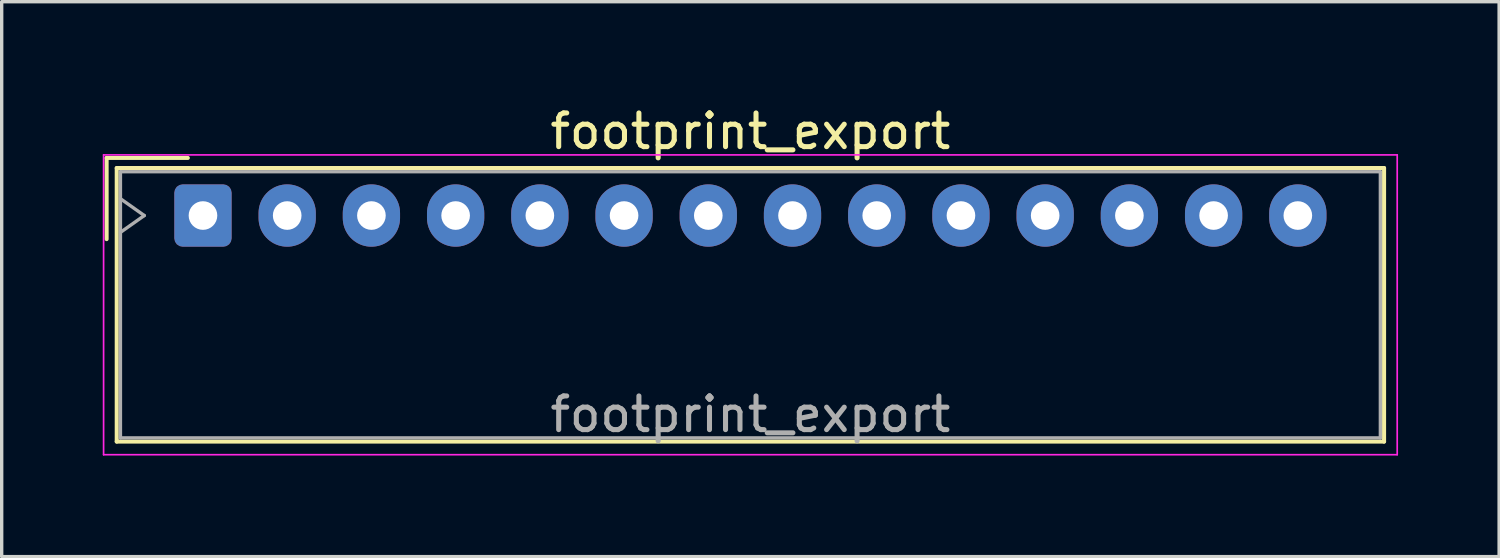
<source format=kicad_pcb>
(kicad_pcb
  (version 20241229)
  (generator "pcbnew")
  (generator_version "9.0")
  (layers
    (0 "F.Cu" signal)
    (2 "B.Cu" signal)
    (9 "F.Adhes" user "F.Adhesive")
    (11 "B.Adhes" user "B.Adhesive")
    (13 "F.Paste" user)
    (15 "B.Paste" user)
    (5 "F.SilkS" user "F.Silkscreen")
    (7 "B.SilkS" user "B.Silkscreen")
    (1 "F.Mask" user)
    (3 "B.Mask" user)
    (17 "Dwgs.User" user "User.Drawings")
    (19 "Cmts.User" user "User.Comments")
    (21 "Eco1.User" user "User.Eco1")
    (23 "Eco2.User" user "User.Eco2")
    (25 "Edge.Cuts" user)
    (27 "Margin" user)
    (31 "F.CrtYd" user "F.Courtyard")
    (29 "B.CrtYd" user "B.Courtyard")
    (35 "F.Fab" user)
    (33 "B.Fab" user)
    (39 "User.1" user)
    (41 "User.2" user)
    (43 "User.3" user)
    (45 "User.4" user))
  (footprint "footprint_export"
    (layer "F.Cu")
    (at 2.975 3.348)
    (property "Reference" "footprint_export" (at 16.25 -2.5 0) (layer "F.SilkS") (effects (font (size 1 1) (thickness 0.15))))
    (attr through_hole)
    (fp_line (start -2.86 -1.71) (end -0.45 -1.71) (stroke (width 0.12) (type solid)) (layer "F.SilkS"))
    (fp_line (start -2.86 0.7) (end -2.86 -1.71) (stroke (width 0.12) (type solid)) (layer "F.SilkS"))
    (fp_line (start -2.56 -1.41) (end -2.56 6.71) (stroke (width 0.12) (type solid)) (layer "F.SilkS"))
    (fp_line (start -2.56 6.71) (end 35.06 6.71) (stroke (width 0.12) (type solid)) (layer "F.SilkS"))
    (fp_line (start 35.06 -1.41) (end -2.56 -1.41) (stroke (width 0.12) (type solid)) (layer "F.SilkS"))
    (fp_line (start 35.06 6.71) (end 35.06 -1.41) (stroke (width 0.12) (type solid)) (layer "F.SilkS"))
    (fp_line (start -2.95 -1.8) (end -2.95 7.1) (stroke (width 0.05) (type solid)) (layer "F.CrtYd"))
    (fp_line (start -2.95 7.1) (end 35.45 7.1) (stroke (width 0.05) (type solid)) (layer "F.CrtYd"))
    (fp_line (start 35.45 -1.8) (end -2.95 -1.8) (stroke (width 0.05) (type solid)) (layer "F.CrtYd"))
    (fp_line (start 35.45 7.1) (end 35.45 -1.8) (stroke (width 0.05) (type solid)) (layer "F.CrtYd"))
    (fp_line (start -2.45 -1.3) (end -2.45 6.6) (stroke (width 0.1) (type solid)) (layer "F.Fab"))
    (fp_line (start -2.45 0.5) (end -1.743 0) (stroke (width 0.1) (type solid)) (layer "F.Fab"))
    (fp_line (start -2.45 6.6) (end 34.95 6.6) (stroke (width 0.1) (type solid)) (layer "F.Fab"))
    (fp_line (start -1.743 0) (end -2.45 -0.5) (stroke (width 0.1) (type solid)) (layer "F.Fab"))
    (fp_line (start 34.95 -1.3) (end -2.45 -1.3) (stroke (width 0.1) (type solid)) (layer "F.Fab"))
    (fp_line (start 34.95 6.6) (end 34.95 -1.3) (stroke (width 0.1) (type solid)) (layer "F.Fab"))
    (fp_text user "${REFERENCE}" (at 16.25 5.9 0) (layer "F.Fab") (effects (font (size 1 1) (thickness 0.15))))
    (pad "1" thru_hole roundrect (at 0 0) (size 1.7 1.85) (drill 0.85) (layers "*.Cu" "*.Mask") (roundrect_rratio 0.147))
    (pad "2" thru_hole oval (at 2.5 0) (size 1.7 1.85) (drill 0.85) (layers "*.Cu" "*.Mask"))
    (pad "3" thru_hole oval (at 5 0) (size 1.7 1.85) (drill 0.85) (layers "*.Cu" "*.Mask"))
    (pad "4" thru_hole oval (at 7.5 0) (size 1.7 1.85) (drill 0.85) (layers "*.Cu" "*.Mask"))
    (pad "5" thru_hole oval (at 10 0) (size 1.7 1.85) (drill 0.85) (layers "*.Cu" "*.Mask"))
    (pad "6" thru_hole oval (at 12.5 0) (size 1.7 1.85) (drill 0.85) (layers "*.Cu" "*.Mask"))
    (pad "7" thru_hole oval (at 15 0) (size 1.7 1.85) (drill 0.85) (layers "*.Cu" "*.Mask"))
    (pad "8" thru_hole oval (at 17.5 0) (size 1.7 1.85) (drill 0.85) (layers "*.Cu" "*.Mask"))
    (pad "9" thru_hole oval (at 20 0) (size 1.7 1.85) (drill 0.85) (layers "*.Cu" "*.Mask"))
    (pad "10" thru_hole oval (at 22.5 0) (size 1.7 1.85) (drill 0.85) (layers "*.Cu" "*.Mask"))
    (pad "11" thru_hole oval (at 25 0) (size 1.7 1.85) (drill 0.85) (layers "*.Cu" "*.Mask"))
    (pad "12" thru_hole oval (at 27.5 0) (size 1.7 1.85) (drill 0.85) (layers "*.Cu" "*.Mask"))
    (pad "13" thru_hole oval (at 30 0) (size 1.7 1.85) (drill 0.85) (layers "*.Cu" "*.Mask"))
    (pad "14" thru_hole oval (at 32.5 0) (size 1.7 1.85) (drill 0.85) (layers "*.Cu" "*.Mask")))
  (gr_rect
    (start -3 -3)
    (end 41.45 13.473)
    (stroke (width 0.1) (type default))
    (fill no)
    (layer "Edge.Cuts")))
</source>
